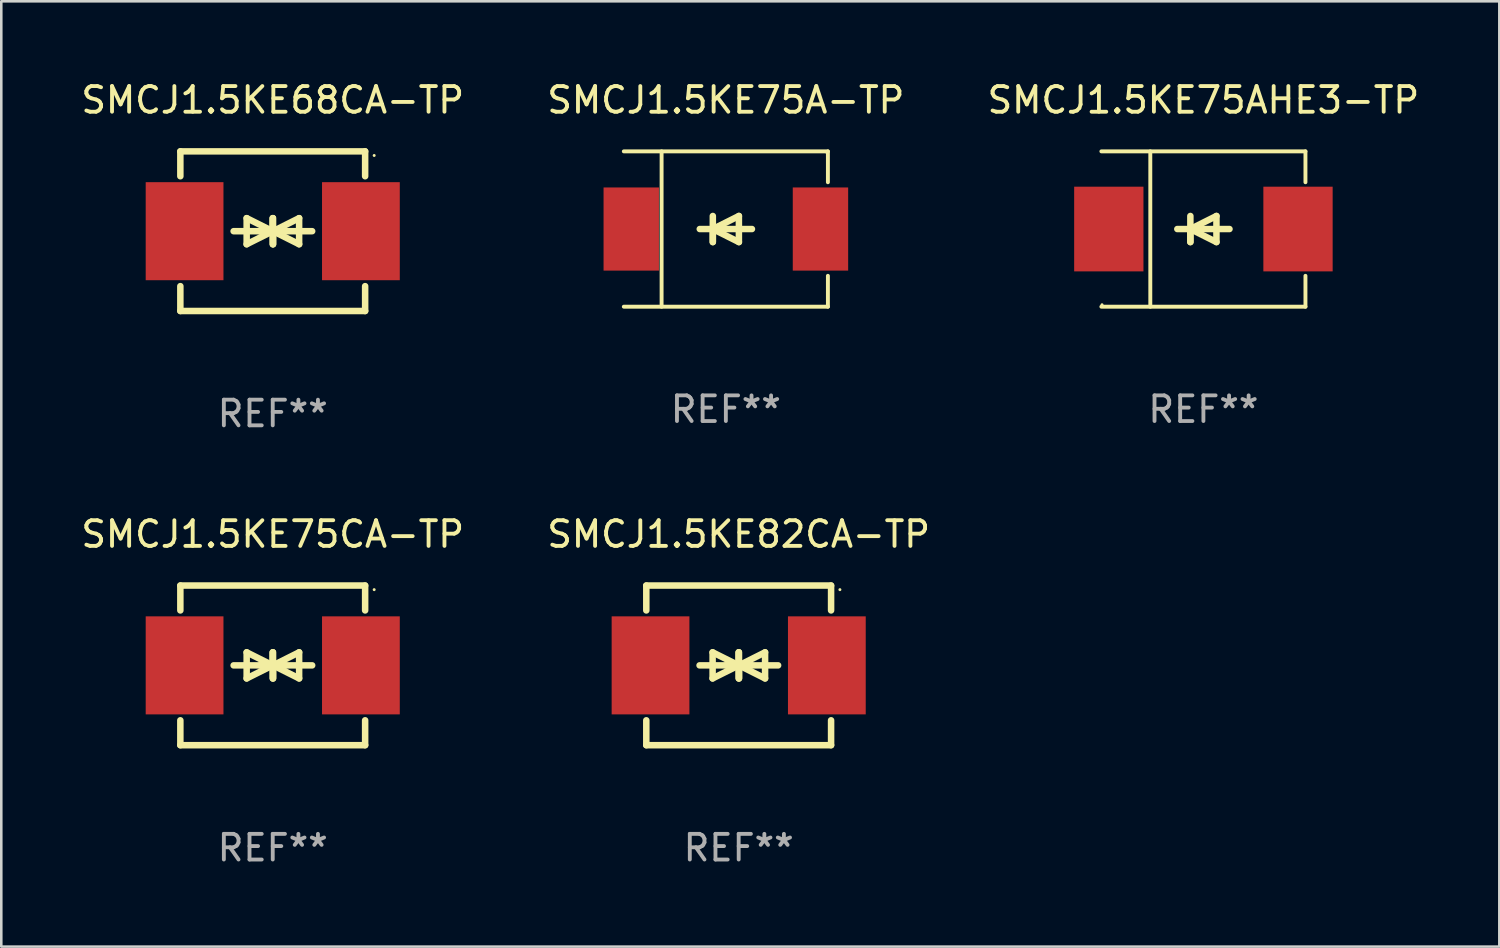
<source format=kicad_pcb>
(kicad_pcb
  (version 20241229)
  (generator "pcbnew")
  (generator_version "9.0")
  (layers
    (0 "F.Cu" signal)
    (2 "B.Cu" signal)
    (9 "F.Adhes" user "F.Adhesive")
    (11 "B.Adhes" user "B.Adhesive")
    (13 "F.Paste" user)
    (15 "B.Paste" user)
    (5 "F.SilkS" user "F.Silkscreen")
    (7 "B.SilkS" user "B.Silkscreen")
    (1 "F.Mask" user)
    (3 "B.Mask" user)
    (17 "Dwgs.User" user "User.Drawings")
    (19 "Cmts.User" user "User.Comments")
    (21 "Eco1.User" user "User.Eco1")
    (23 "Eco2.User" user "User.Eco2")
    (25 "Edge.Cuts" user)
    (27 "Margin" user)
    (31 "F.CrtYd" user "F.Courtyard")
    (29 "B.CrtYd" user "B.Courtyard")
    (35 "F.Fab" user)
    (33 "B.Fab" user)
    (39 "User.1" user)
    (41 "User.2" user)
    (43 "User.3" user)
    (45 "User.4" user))
  (footprint "SMCJ1.5KE82CA-TP"
    (layer "F.Cu")
    (at 25.732 22.875)
    (property "Reference" "SMCJ1.5KE82CA-TP" (at 0 -5.11 0) (layer "F.SilkS") (effects (font (size 1 1) (thickness 0.15))))
    (attr through_hole)
    (fp_line (start -3.6 -2.141) (end -3.6 -3.11) (stroke (width 0.254) (type solid)) (layer "F.SilkS"))
    (fp_line (start -3.6 3.11) (end -3.6 2.141) (stroke (width 0.254) (type solid)) (layer "F.SilkS"))
    (fp_line (start -1.524 0) (end 0.508 0) (stroke (width 0.254) (type solid)) (layer "F.SilkS"))
    (fp_line (start -1.016 -0.508) (end -1.016 0.508) (stroke (width 0.254) (type solid)) (layer "F.SilkS"))
    (fp_line (start -1.016 0.508) (end 0 0) (stroke (width 0.254) (type solid)) (layer "F.SilkS"))
    (fp_line (start 0 -0.508) (end 0 0.508) (stroke (width 0.254) (type solid)) (layer "F.SilkS"))
    (fp_line (start 0 0) (end -1.016 -0.508) (stroke (width 0.254) (type solid)) (layer "F.SilkS"))
    (fp_line (start 0 0) (end 0 -0.508) (stroke (width 0.254) (type solid)) (layer "F.SilkS"))
    (fp_line (start 0.012 0) (end 0.012 0.508) (stroke (width 0.254) (type solid)) (layer "F.SilkS"))
    (fp_line (start 0.012 0) (end 1.028 0.508) (stroke (width 0.254) (type solid)) (layer "F.SilkS"))
    (fp_line (start 0.012 0.508) (end 0.012 -0.508) (stroke (width 0.254) (type solid)) (layer "F.SilkS"))
    (fp_line (start 1.028 -0.508) (end 0.012 0) (stroke (width 0.254) (type solid)) (layer "F.SilkS"))
    (fp_line (start 1.028 0.508) (end 1.028 -0.508) (stroke (width 0.254) (type solid)) (layer "F.SilkS"))
    (fp_line (start 1.536 0) (end -0.496 0) (stroke (width 0.254) (type solid)) (layer "F.SilkS"))
    (fp_line (start 3.6 -3.11) (end -3.6 -3.11) (stroke (width 0.254) (type solid)) (layer "F.SilkS"))
    (fp_line (start 3.6 -2.141) (end 3.6 -3.11) (stroke (width 0.254) (type solid)) (layer "F.SilkS"))
    (fp_line (start 3.6 3.11) (end -3.6 3.11) (stroke (width 0.254) (type solid)) (layer "F.SilkS"))
    (fp_line (start 3.6 3.11) (end 3.6 2.141) (stroke (width 0.254) (type solid)) (layer "F.SilkS"))
    (fp_circle (center 3.944 -2.95) (end 3.974 -2.95) (stroke (width 0.06) (type solid)) (fill no) (layer "F.SilkS"))
    (fp_text user "REF**" (at 0 7.11 0) (layer "F.Fab") (effects (font (size 1 1) (thickness 0.15))))
    (pad "1" smd rect (at 3.435 0) (size 3.03 3.82) (layers "F.Cu" "F.Mask" "F.Paste"))
    (pad "2" smd rect (at -3.435 0) (size 3.03 3.82) (layers "F.Cu" "F.Mask" "F.Paste")))
  (footprint "SMCJ1.5KE68CA-TP"
    (layer "F.Cu")
    (at 7.577 5.958)
    (property "Reference" "SMCJ1.5KE68CA-TP" (at 0 -5.11 0) (layer "F.SilkS") (effects (font (size 1 1) (thickness 0.15))))
    (attr through_hole)
    (fp_line (start -3.6 -2.141) (end -3.6 -3.11) (stroke (width 0.254) (type solid)) (layer "F.SilkS"))
    (fp_line (start -3.6 3.11) (end -3.6 2.141) (stroke (width 0.254) (type solid)) (layer "F.SilkS"))
    (fp_line (start -1.524 0) (end 0.508 0) (stroke (width 0.254) (type solid)) (layer "F.SilkS"))
    (fp_line (start -1.016 -0.508) (end -1.016 0.508) (stroke (width 0.254) (type solid)) (layer "F.SilkS"))
    (fp_line (start -1.016 0.508) (end 0 0) (stroke (width 0.254) (type solid)) (layer "F.SilkS"))
    (fp_line (start 0 -0.508) (end 0 0.508) (stroke (width 0.254) (type solid)) (layer "F.SilkS"))
    (fp_line (start 0 0) (end -1.016 -0.508) (stroke (width 0.254) (type solid)) (layer "F.SilkS"))
    (fp_line (start 0 0) (end 0 -0.508) (stroke (width 0.254) (type solid)) (layer "F.SilkS"))
    (fp_line (start 0.012 0) (end 0.012 0.508) (stroke (width 0.254) (type solid)) (layer "F.SilkS"))
    (fp_line (start 0.012 0) (end 1.028 0.508) (stroke (width 0.254) (type solid)) (layer "F.SilkS"))
    (fp_line (start 0.012 0.508) (end 0.012 -0.508) (stroke (width 0.254) (type solid)) (layer "F.SilkS"))
    (fp_line (start 1.028 -0.508) (end 0.012 0) (stroke (width 0.254) (type solid)) (layer "F.SilkS"))
    (fp_line (start 1.028 0.508) (end 1.028 -0.508) (stroke (width 0.254) (type solid)) (layer "F.SilkS"))
    (fp_line (start 1.536 0) (end -0.496 0) (stroke (width 0.254) (type solid)) (layer "F.SilkS"))
    (fp_line (start 3.6 -3.11) (end -3.6 -3.11) (stroke (width 0.254) (type solid)) (layer "F.SilkS"))
    (fp_line (start 3.6 -2.141) (end 3.6 -3.11) (stroke (width 0.254) (type solid)) (layer "F.SilkS"))
    (fp_line (start 3.6 3.11) (end -3.6 3.11) (stroke (width 0.254) (type solid)) (layer "F.SilkS"))
    (fp_line (start 3.6 3.11) (end 3.6 2.141) (stroke (width 0.254) (type solid)) (layer "F.SilkS"))
    (fp_circle (center 3.952 -2.95) (end 3.982 -2.95) (stroke (width 0.06) (type solid)) (fill no) (layer "F.SilkS"))
    (fp_text user "REF**" (at 0 7.11 0) (layer "F.Fab") (effects (font (size 1 1) (thickness 0.15))))
    (pad "1" smd rect (at 3.435 0) (size 3.03 3.82) (layers "F.Cu" "F.Mask" "F.Paste"))
    (pad "2" smd rect (at -3.435 0) (size 3.03 3.82) (layers "F.Cu" "F.Mask" "F.Paste")))
  (footprint "SMCJ1.5KE75AHE3-TP"
    (layer "F.Cu")
    (at 43.839 5.874)
    (property "Reference" "SMCJ1.5KE75AHE3-TP" (at 0 -5.026 0) (layer "F.SilkS") (effects (font (size 1 1) (thickness 0.15))))
    (attr through_hole)
    (fp_line (start -3.976 -3.026) (end 3.976 -3.026) (stroke (width 0.152) (type solid)) (layer "F.SilkS"))
    (fp_line (start -3.976 3.026) (end 3.976 3.026) (stroke (width 0.152) (type solid)) (layer "F.SilkS"))
    (fp_line (start -2.069 -3.026) (end -2.069 3.026) (stroke (width 0.152) (type solid)) (layer "F.SilkS"))
    (fp_line (start -0.508 0) (end -0.508 0.508) (stroke (width 0.254) (type solid)) (layer "F.SilkS"))
    (fp_line (start -0.508 0) (end 0.508 0.508) (stroke (width 0.254) (type solid)) (layer "F.SilkS"))
    (fp_line (start -0.508 0.508) (end -0.508 -0.508) (stroke (width 0.254) (type solid)) (layer "F.SilkS"))
    (fp_line (start 0.508 -0.508) (end -0.508 0) (stroke (width 0.254) (type solid)) (layer "F.SilkS"))
    (fp_line (start 0.508 0.508) (end 0.508 -0.508) (stroke (width 0.254) (type solid)) (layer "F.SilkS"))
    (fp_line (start 1.016 0) (end -1.016 0) (stroke (width 0.254) (type solid)) (layer "F.SilkS"))
    (fp_line (start 3.976 -3.026) (end 3.976 -1.823) (stroke (width 0.152) (type solid)) (layer "F.SilkS"))
    (fp_line (start 3.976 3.026) (end 3.976 1.823) (stroke (width 0.152) (type solid)) (layer "F.SilkS"))
    (fp_circle (center -3.95 2.95) (end -3.92 2.95) (stroke (width 0.06) (type solid)) (fill no) (layer "F.SilkS"))
    (fp_text user "REF**" (at 0 7.026 0) (layer "F.Fab") (effects (font (size 1 1) (thickness 0.15))))
    (pad "1" smd rect (at -3.686 0) (size 2.7 3.3) (layers "F.Cu" "F.Mask" "F.Paste"))
    (pad "2" smd rect (at 3.686 0) (size 2.7 3.3) (layers "F.Cu" "F.Mask" "F.Paste")))
  (footprint "SMCJ1.5KE75CA-TP"
    (layer "F.Cu")
    (at 7.577 22.875)
    (property "Reference" "SMCJ1.5KE75CA-TP" (at 0 -5.11 0) (layer "F.SilkS") (effects (font (size 1 1) (thickness 0.15))))
    (attr through_hole)
    (fp_line (start -3.6 -2.141) (end -3.6 -3.11) (stroke (width 0.254) (type solid)) (layer "F.SilkS"))
    (fp_line (start -3.6 3.11) (end -3.6 2.141) (stroke (width 0.254) (type solid)) (layer "F.SilkS"))
    (fp_line (start -1.524 0) (end 0.508 0) (stroke (width 0.254) (type solid)) (layer "F.SilkS"))
    (fp_line (start -1.016 -0.508) (end -1.016 0.508) (stroke (width 0.254) (type solid)) (layer "F.SilkS"))
    (fp_line (start -1.016 0.508) (end 0 0) (stroke (width 0.254) (type solid)) (layer "F.SilkS"))
    (fp_line (start 0 -0.508) (end 0 0.508) (stroke (width 0.254) (type solid)) (layer "F.SilkS"))
    (fp_line (start 0 0) (end -1.016 -0.508) (stroke (width 0.254) (type solid)) (layer "F.SilkS"))
    (fp_line (start 0 0) (end 0 -0.508) (stroke (width 0.254) (type solid)) (layer "F.SilkS"))
    (fp_line (start 0.012 0) (end 0.012 0.508) (stroke (width 0.254) (type solid)) (layer "F.SilkS"))
    (fp_line (start 0.012 0) (end 1.028 0.508) (stroke (width 0.254) (type solid)) (layer "F.SilkS"))
    (fp_line (start 0.012 0.508) (end 0.012 -0.508) (stroke (width 0.254) (type solid)) (layer "F.SilkS"))
    (fp_line (start 1.028 -0.508) (end 0.012 0) (stroke (width 0.254) (type solid)) (layer "F.SilkS"))
    (fp_line (start 1.028 0.508) (end 1.028 -0.508) (stroke (width 0.254) (type solid)) (layer "F.SilkS"))
    (fp_line (start 1.536 0) (end -0.496 0) (stroke (width 0.254) (type solid)) (layer "F.SilkS"))
    (fp_line (start 3.6 -3.11) (end -3.6 -3.11) (stroke (width 0.254) (type solid)) (layer "F.SilkS"))
    (fp_line (start 3.6 -2.141) (end 3.6 -3.11) (stroke (width 0.254) (type solid)) (layer "F.SilkS"))
    (fp_line (start 3.6 3.11) (end -3.6 3.11) (stroke (width 0.254) (type solid)) (layer "F.SilkS"))
    (fp_line (start 3.6 3.11) (end 3.6 2.141) (stroke (width 0.254) (type solid)) (layer "F.SilkS"))
    (fp_circle (center 3.952 -2.95) (end 3.982 -2.95) (stroke (width 0.06) (type solid)) (fill no) (layer "F.SilkS"))
    (fp_text user "REF**" (at 0 7.11 0) (layer "F.Fab") (effects (font (size 1 1) (thickness 0.15))))
    (pad "1" smd rect (at 3.435 0) (size 3.03 3.82) (layers "F.Cu" "F.Mask" "F.Paste"))
    (pad "2" smd rect (at -3.435 0) (size 3.03 3.82) (layers "F.Cu" "F.Mask" "F.Paste")))
  (footprint "SMCJ1.5KE75A-TP"
    (layer "F.Cu")
    (at 25.232 5.874)
    (property "Reference" "SMCJ1.5KE75A-TP" (at 0 -5.026 0) (layer "F.SilkS") (effects (font (size 1 1) (thickness 0.15))))
    (attr through_hole)
    (fp_line (start -3.976 -3.026) (end 3.976 -3.026) (stroke (width 0.152) (type solid)) (layer "F.SilkS"))
    (fp_line (start -3.976 3.026) (end 3.976 3.026) (stroke (width 0.152) (type solid)) (layer "F.SilkS"))
    (fp_line (start -2.504 -3.026) (end -2.504 3.026) (stroke (width 0.152) (type solid)) (layer "F.SilkS"))
    (fp_line (start -0.508 0) (end -0.508 0.508) (stroke (width 0.254) (type solid)) (layer "F.SilkS"))
    (fp_line (start -0.508 0) (end 0.508 0.508) (stroke (width 0.254) (type solid)) (layer "F.SilkS"))
    (fp_line (start -0.508 0.508) (end -0.508 -0.508) (stroke (width 0.254) (type solid)) (layer "F.SilkS"))
    (fp_line (start 0.508 -0.508) (end -0.508 0) (stroke (width 0.254) (type solid)) (layer "F.SilkS"))
    (fp_line (start 0.508 0.508) (end 0.508 -0.508) (stroke (width 0.254) (type solid)) (layer "F.SilkS"))
    (fp_line (start 1.016 0) (end -1.016 0) (stroke (width 0.254) (type solid)) (layer "F.SilkS"))
    (fp_line (start 3.976 -3.026) (end 3.976 -1.823) (stroke (width 0.152) (type solid)) (layer "F.SilkS"))
    (fp_line (start 3.976 3.026) (end 3.976 1.823) (stroke (width 0.152) (type solid)) (layer "F.SilkS"))
    (fp_circle (center 3.95 -2.95) (end 3.98 -2.95) (stroke (width 0.06) (type solid)) (fill no) (layer "F.SilkS"))
    (fp_text user "REF**" (at 0 7.026 0) (layer "F.Fab") (effects (font (size 1 1) (thickness 0.15))))
    (pad "1" smd rect (at 3.686 0 180) (size 2.158 3.24) (layers "F.Cu" "F.Mask" "F.Paste"))
    (pad "2" smd rect (at -3.686 0 180) (size 2.158 3.24) (layers "F.Cu" "F.Mask" "F.Paste")))
  (gr_rect
    (start -3 -3)
    (end 55.369 33.833)
    (stroke (width 0.1) (type default))
    (fill no)
    (layer "Edge.Cuts")))
</source>
